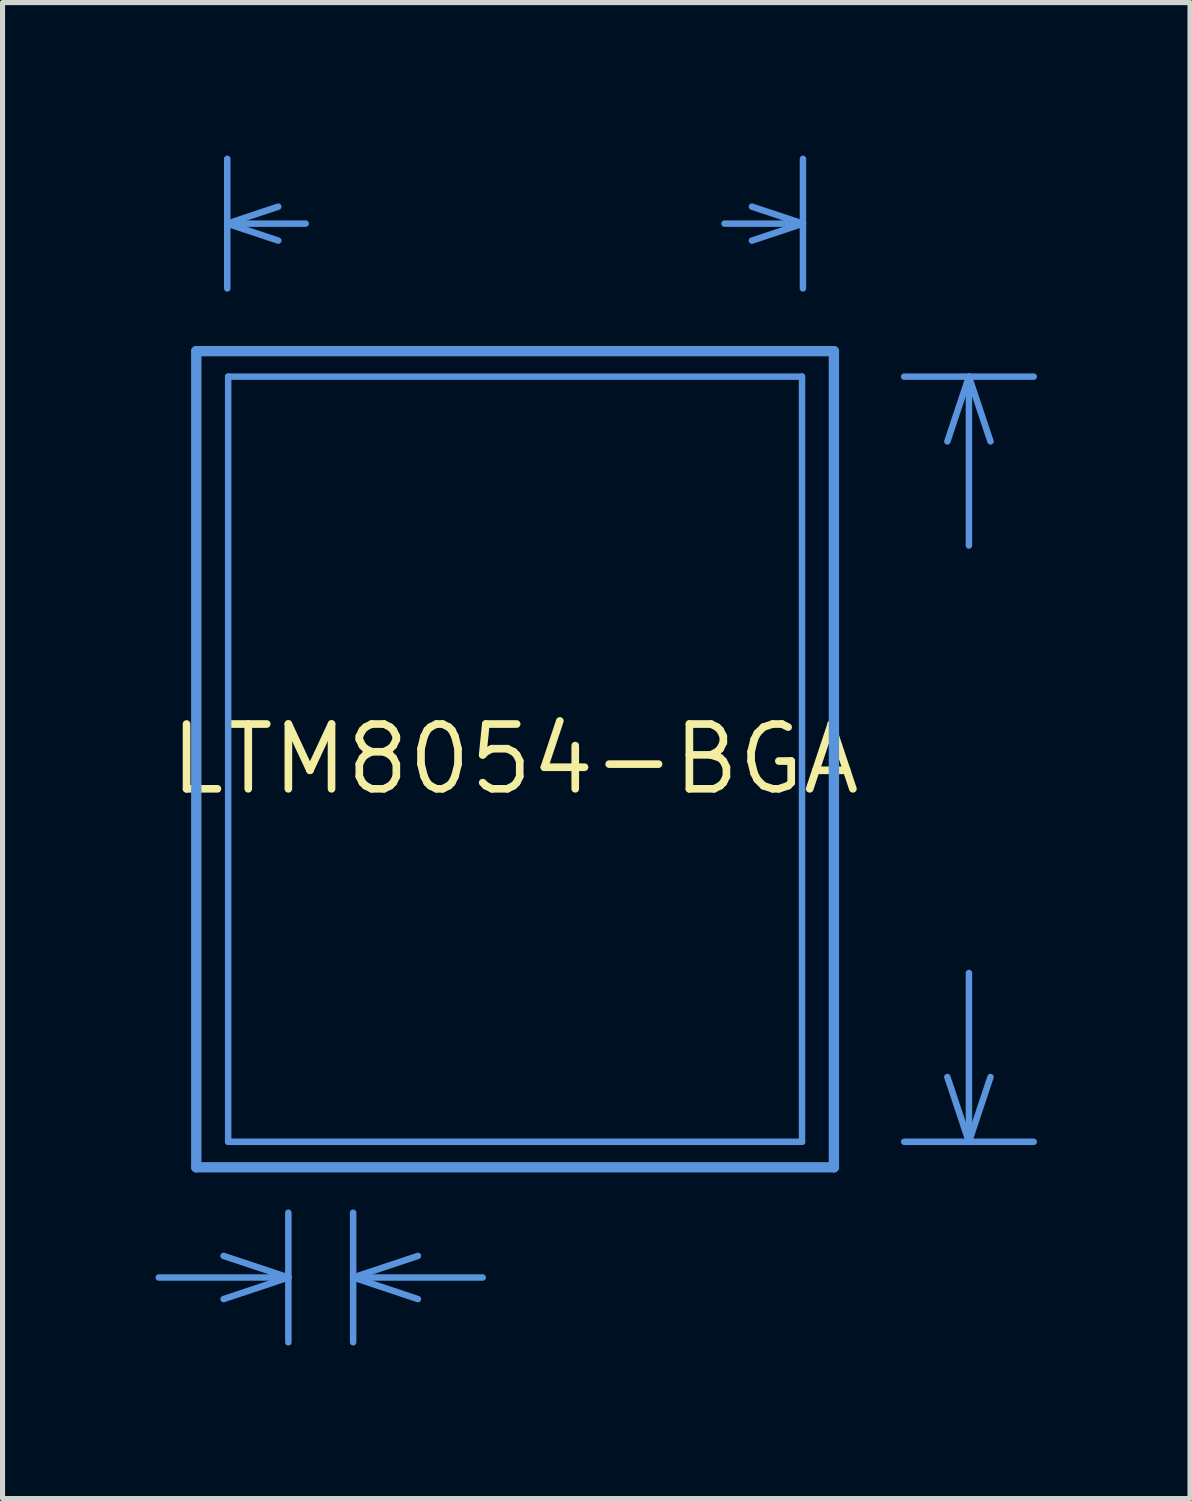
<source format=kicad_pcb>
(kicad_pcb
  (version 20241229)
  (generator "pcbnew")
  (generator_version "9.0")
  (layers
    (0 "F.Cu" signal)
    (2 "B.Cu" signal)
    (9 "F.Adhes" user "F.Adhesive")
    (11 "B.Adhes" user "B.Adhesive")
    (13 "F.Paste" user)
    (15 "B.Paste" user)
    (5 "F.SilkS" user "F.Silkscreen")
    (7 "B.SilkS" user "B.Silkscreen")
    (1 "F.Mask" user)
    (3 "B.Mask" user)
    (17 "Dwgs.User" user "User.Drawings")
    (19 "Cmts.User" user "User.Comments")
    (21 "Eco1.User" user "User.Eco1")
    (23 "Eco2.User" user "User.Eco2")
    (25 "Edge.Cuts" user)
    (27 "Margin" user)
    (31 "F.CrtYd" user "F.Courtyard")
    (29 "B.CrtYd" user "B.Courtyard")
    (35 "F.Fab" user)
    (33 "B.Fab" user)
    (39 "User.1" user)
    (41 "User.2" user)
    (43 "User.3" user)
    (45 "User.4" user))
  (footprint "LTM8054-BGA"
    (layer "F.Cu")
    (at 7.048 11.834)
    (property "Reference" "LTM8054-BGA" (at 0 0 0) (layer "F.SilkS") (effects (font (size 1.27 1.27) (thickness 0.15))))
    (attr through_hole)
    (fp_line (start -6.985 10.16) (end -4.445 10.16) (stroke (width 0.127) (type solid)) (layer "Cmts.User"))
    (fp_line (start -6.25 -8) (end 6.25 -8) (stroke (width 0.203) (type solid)) (layer "Cmts.User"))
    (fp_line (start -6.25 8) (end -6.25 -8) (stroke (width 0.203) (type solid)) (layer "Cmts.User"))
    (fp_line (start -6.25 8) (end 6.25 8) (stroke (width 0.203) (type solid)) (layer "Cmts.User"))
    (fp_line (start -5.715 9.737) (end -4.445 10.16) (stroke (width 0.127) (type solid)) (layer "Cmts.User"))
    (fp_line (start -5.715 10.583) (end -4.445 10.16) (stroke (width 0.127) (type solid)) (layer "Cmts.User"))
    (fp_line (start -5.643 -10.5) (end -4.643 -10.833) (stroke (width 0.127) (type solid)) (layer "Cmts.User"))
    (fp_line (start -5.643 -10.5) (end -4.643 -10.167) (stroke (width 0.127) (type solid)) (layer "Cmts.User"))
    (fp_line (start -5.643 -10.5) (end -4.106 -10.5) (stroke (width 0.127) (type solid)) (layer "Cmts.User"))
    (fp_line (start -5.643 -9.23) (end -5.643 -11.77) (stroke (width 0.127) (type solid)) (layer "Cmts.User"))
    (fp_line (start -5.625 -7.5) (end 5.625 -7.5) (stroke (width 0.127) (type solid)) (layer "Cmts.User"))
    (fp_line (start -5.625 7.5) (end -5.625 -7.5) (stroke (width 0.127) (type solid)) (layer "Cmts.User"))
    (fp_line (start -5.625 7.5) (end 5.625 7.5) (stroke (width 0.127) (type solid)) (layer "Cmts.User"))
    (fp_line (start -4.445 11.43) (end -4.445 8.89) (stroke (width 0.127) (type solid)) (layer "Cmts.User"))
    (fp_line (start -3.175 10.16) (end -1.905 9.737) (stroke (width 0.127) (type solid)) (layer "Cmts.User"))
    (fp_line (start -3.175 10.16) (end -1.905 10.583) (stroke (width 0.127) (type solid)) (layer "Cmts.User"))
    (fp_line (start -3.175 10.16) (end -0.635 10.16) (stroke (width 0.127) (type solid)) (layer "Cmts.User"))
    (fp_line (start -3.175 11.43) (end -3.175 8.89) (stroke (width 0.127) (type solid)) (layer "Cmts.User"))
    (fp_line (start 4.106 -10.5) (end 5.643 -10.5) (stroke (width 0.127) (type solid)) (layer "Cmts.User"))
    (fp_line (start 4.643 -10.833) (end 5.643 -10.5) (stroke (width 0.127) (type solid)) (layer "Cmts.User"))
    (fp_line (start 4.643 -10.167) (end 5.643 -10.5) (stroke (width 0.127) (type solid)) (layer "Cmts.User"))
    (fp_line (start 5.625 7.5) (end 5.625 -7.5) (stroke (width 0.127) (type solid)) (layer "Cmts.User"))
    (fp_line (start 5.643 -9.23) (end 5.643 -11.77) (stroke (width 0.127) (type solid)) (layer "Cmts.User"))
    (fp_line (start 6.25 8) (end 6.25 -8) (stroke (width 0.203) (type solid)) (layer "Cmts.User"))
    (fp_line (start 7.627 -7.5) (end 10.167 -7.5) (stroke (width 0.127) (type solid)) (layer "Cmts.User"))
    (fp_line (start 7.627 7.5) (end 10.167 7.5) (stroke (width 0.127) (type solid)) (layer "Cmts.User"))
    (fp_line (start 8.474 -6.23) (end 8.897 -7.5) (stroke (width 0.127) (type solid)) (layer "Cmts.User"))
    (fp_line (start 8.474 6.23) (end 8.897 7.5) (stroke (width 0.127) (type solid)) (layer "Cmts.User"))
    (fp_line (start 8.897 -7.5) (end 9.32 -6.23) (stroke (width 0.127) (type solid)) (layer "Cmts.User"))
    (fp_line (start 8.897 -4.19) (end 8.897 -7.5) (stroke (width 0.127) (type solid)) (layer "Cmts.User"))
    (fp_line (start 8.897 7.5) (end 8.897 4.19) (stroke (width 0.127) (type solid)) (layer "Cmts.User"))
    (fp_line (start 8.897 7.5) (end 9.32 6.23) (stroke (width 0.127) (type solid)) (layer "Cmts.User")))
  (gr_rect
    (start -3 -3)
    (end 20.279 26.327)
    (stroke (width 0.1) (type default))
    (fill no)
    (layer "Edge.Cuts")))
</source>
